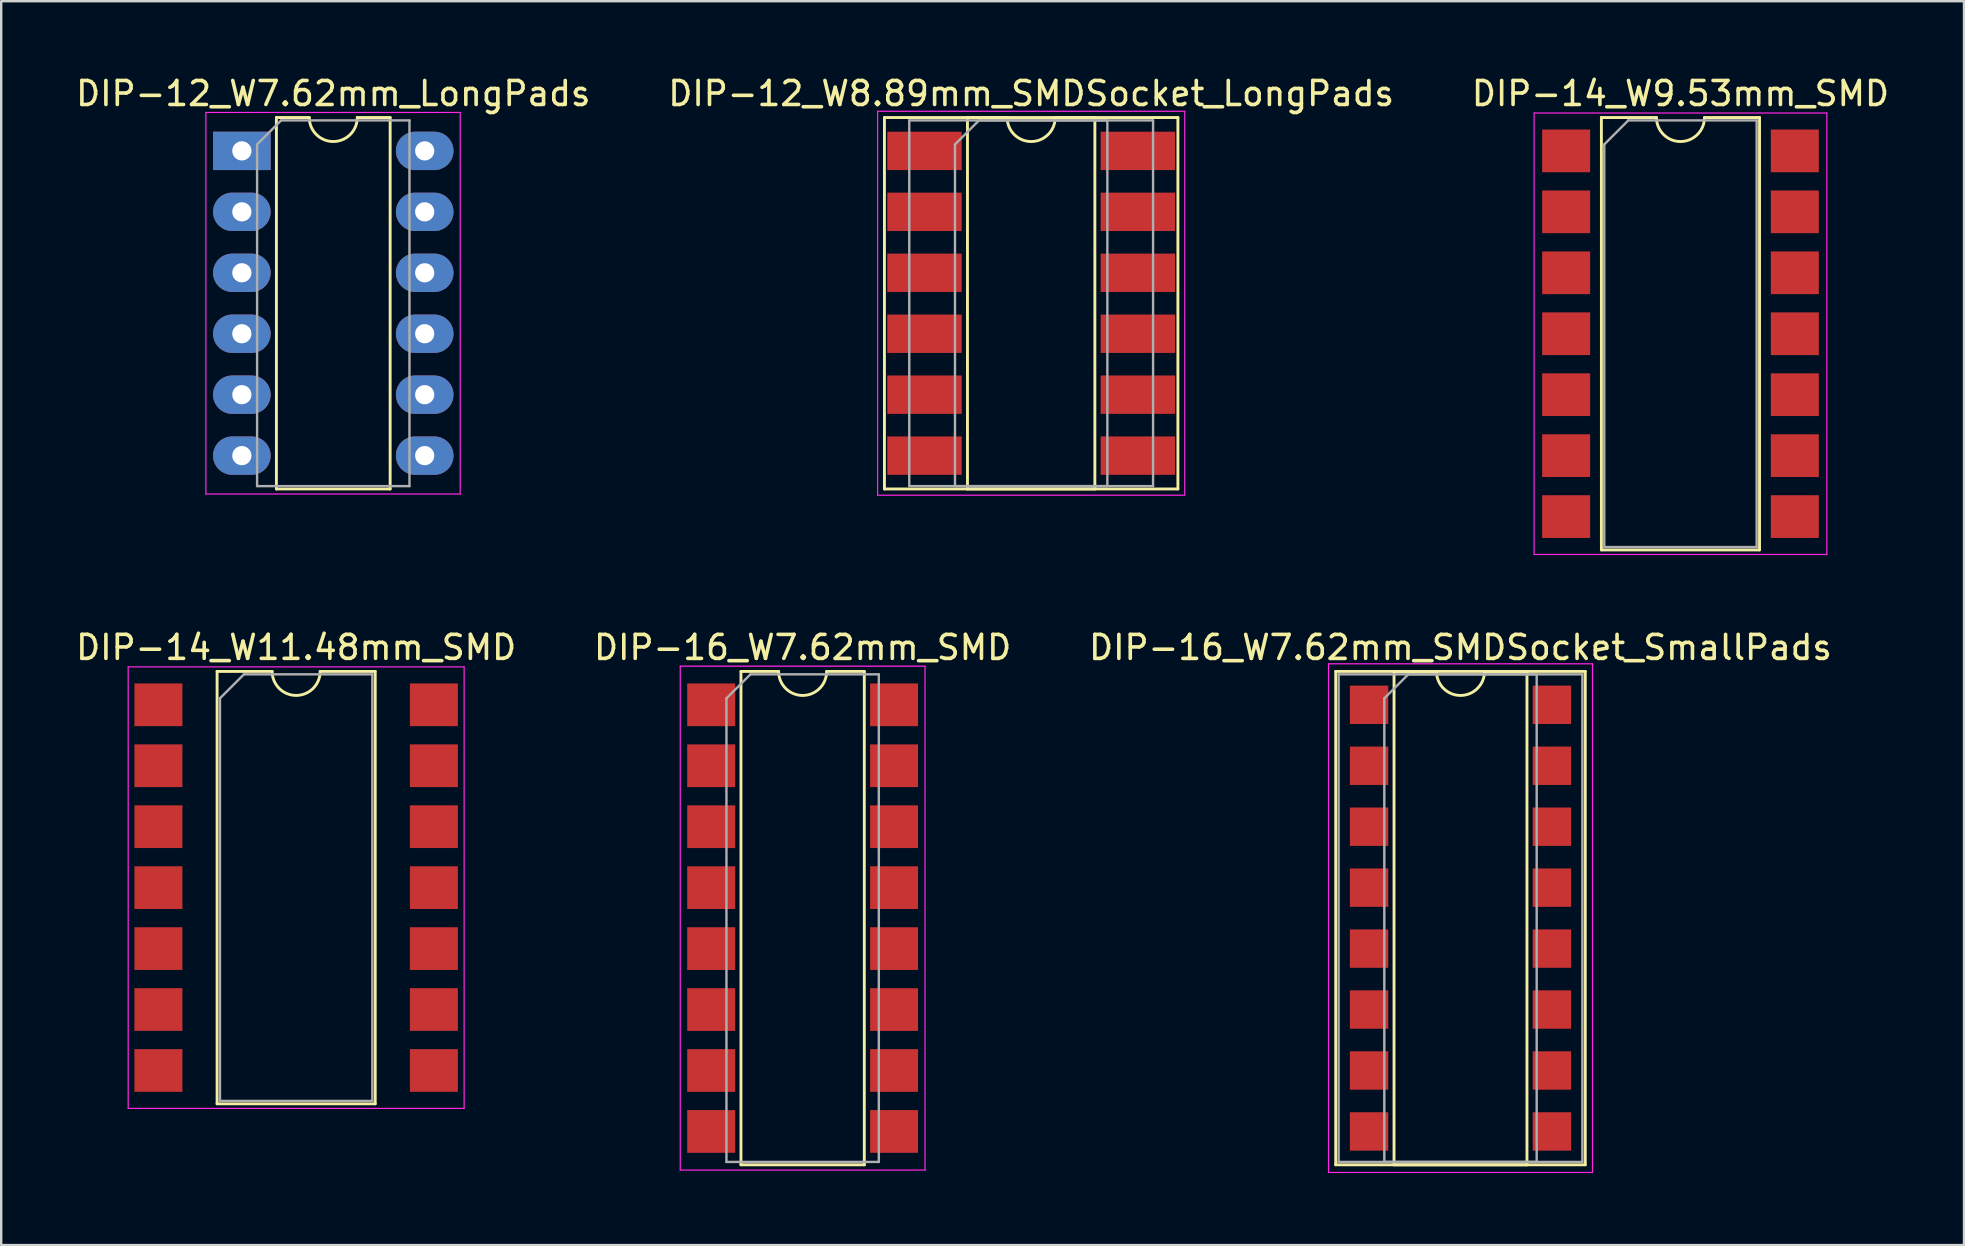
<source format=kicad_pcb>
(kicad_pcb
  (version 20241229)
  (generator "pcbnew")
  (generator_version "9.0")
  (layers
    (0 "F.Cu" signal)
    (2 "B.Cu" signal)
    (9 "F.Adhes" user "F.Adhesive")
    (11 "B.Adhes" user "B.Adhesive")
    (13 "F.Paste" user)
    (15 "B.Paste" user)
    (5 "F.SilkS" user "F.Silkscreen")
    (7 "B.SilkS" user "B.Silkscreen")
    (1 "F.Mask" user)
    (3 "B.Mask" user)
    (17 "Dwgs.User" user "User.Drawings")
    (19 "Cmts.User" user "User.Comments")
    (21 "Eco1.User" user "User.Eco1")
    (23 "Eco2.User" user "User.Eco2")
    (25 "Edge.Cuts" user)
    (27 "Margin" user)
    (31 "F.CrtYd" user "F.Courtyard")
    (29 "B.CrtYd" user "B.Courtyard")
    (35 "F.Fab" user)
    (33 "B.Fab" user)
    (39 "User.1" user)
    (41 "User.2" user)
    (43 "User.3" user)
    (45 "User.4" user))
  (footprint "DIP-12_W8.89mm_SMDSocket_LongPads"
    (layer "F.Cu")
    (at 39.923 9.588)
    (property "Reference" "DIP-12_W8.89mm_SMDSocket_LongPads" (at 0 -8.74 0) (layer "F.SilkS") (effects (font (size 1 1) (thickness 0.15))))
    (attr smd)
    (fp_line (start -6.115 -7.74) (end -6.115 7.74) (stroke (width 0.12) (type solid)) (layer "F.SilkS"))
    (fp_line (start -6.115 7.74) (end 6.115 7.74) (stroke (width 0.12) (type solid)) (layer "F.SilkS"))
    (fp_line (start -2.655 -7.74) (end -2.655 7.74) (stroke (width 0.12) (type solid)) (layer "F.SilkS"))
    (fp_line (start -2.655 7.74) (end 2.655 7.74) (stroke (width 0.12) (type solid)) (layer "F.SilkS"))
    (fp_line (start -1 -7.74) (end -2.655 -7.74) (stroke (width 0.12) (type solid)) (layer "F.SilkS"))
    (fp_line (start 2.655 -7.74) (end 1 -7.74) (stroke (width 0.12) (type solid)) (layer "F.SilkS"))
    (fp_line (start 2.655 7.74) (end 2.655 -7.74) (stroke (width 0.12) (type solid)) (layer "F.SilkS"))
    (fp_line (start 6.115 -7.74) (end -6.115 -7.74) (stroke (width 0.12) (type solid)) (layer "F.SilkS"))
    (fp_line (start 6.115 7.74) (end 6.115 -7.74) (stroke (width 0.12) (type solid)) (layer "F.SilkS"))
    (fp_arc (start 1 -7.74) (mid 0 -6.74) (end -1 -7.74) (stroke (width 0.12) (type solid)) (layer "F.SilkS"))
    (fp_line (start -6.4 -8) (end -6.4 8) (stroke (width 0.05) (type solid)) (layer "F.CrtYd"))
    (fp_line (start -6.4 8) (end 6.4 8) (stroke (width 0.05) (type solid)) (layer "F.CrtYd"))
    (fp_line (start 6.4 -8) (end -6.4 -8) (stroke (width 0.05) (type solid)) (layer "F.CrtYd"))
    (fp_line (start 6.4 8) (end 6.4 -8) (stroke (width 0.05) (type solid)) (layer "F.CrtYd"))
    (fp_line (start -5.08 -7.62) (end -5.08 7.62) (stroke (width 0.1) (type solid)) (layer "F.Fab"))
    (fp_line (start -5.08 7.62) (end 5.08 7.62) (stroke (width 0.1) (type solid)) (layer "F.Fab"))
    (fp_line (start -3.175 -6.62) (end -2.175 -7.62) (stroke (width 0.1) (type solid)) (layer "F.Fab"))
    (fp_line (start -3.175 7.62) (end -3.175 -6.62) (stroke (width 0.1) (type solid)) (layer "F.Fab"))
    (fp_line (start -2.175 -7.62) (end 3.175 -7.62) (stroke (width 0.1) (type solid)) (layer "F.Fab"))
    (fp_line (start 3.175 -7.62) (end 3.175 7.62) (stroke (width 0.1) (type solid)) (layer "F.Fab"))
    (fp_line (start 3.175 7.62) (end -3.175 7.62) (stroke (width 0.1) (type solid)) (layer "F.Fab"))
    (fp_line (start 5.08 -7.62) (end -5.08 -7.62) (stroke (width 0.1) (type solid)) (layer "F.Fab"))
    (fp_line (start 5.08 7.62) (end 5.08 -7.62) (stroke (width 0.1) (type solid)) (layer "F.Fab"))
    (pad "1" smd rect (at -4.445 -6.35) (size 3.1 1.6) (layers "F.Cu" "F.Mask"))
    (pad "2" smd rect (at -4.445 -3.81) (size 3.1 1.6) (layers "F.Cu" "F.Mask"))
    (pad "3" smd rect (at -4.445 -1.27) (size 3.1 1.6) (layers "F.Cu" "F.Mask"))
    (pad "4" smd rect (at -4.445 1.27) (size 3.1 1.6) (layers "F.Cu" "F.Mask"))
    (pad "5" smd rect (at -4.445 3.81) (size 3.1 1.6) (layers "F.Cu" "F.Mask"))
    (pad "6" smd rect (at -4.445 6.35) (size 3.1 1.6) (layers "F.Cu" "F.Mask"))
    (pad "7" smd rect (at 4.445 6.35) (size 3.1 1.6) (layers "F.Cu" "F.Mask"))
    (pad "8" smd rect (at 4.445 3.81) (size 3.1 1.6) (layers "F.Cu" "F.Mask"))
    (pad "9" smd rect (at 4.445 1.27) (size 3.1 1.6) (layers "F.Cu" "F.Mask"))
    (pad "10" smd rect (at 4.445 -1.27) (size 3.1 1.6) (layers "F.Cu" "F.Mask"))
    (pad "11" smd rect (at 4.445 -3.81) (size 3.1 1.6) (layers "F.Cu" "F.Mask"))
    (pad "12" smd rect (at 4.445 -6.35) (size 3.1 1.6) (layers "F.Cu" "F.Mask")))
  (footprint "DIP-14_W11.48mm_SMD"
    (layer "F.Cu")
    (at 9.292 33.941)
    (property "Reference" "DIP-14_W11.48mm_SMD" (at 0 -10.01 0) (layer "F.SilkS") (effects (font (size 1 1) (thickness 0.15))))
    (attr smd)
    (fp_line (start -3.295 -9.01) (end -3.295 9.01) (stroke (width 0.12) (type solid)) (layer "F.SilkS"))
    (fp_line (start -3.295 9.01) (end 3.295 9.01) (stroke (width 0.12) (type solid)) (layer "F.SilkS"))
    (fp_line (start -1 -9.01) (end -3.295 -9.01) (stroke (width 0.12) (type solid)) (layer "F.SilkS"))
    (fp_line (start 3.295 -9.01) (end 1 -9.01) (stroke (width 0.12) (type solid)) (layer "F.SilkS"))
    (fp_line (start 3.295 9.01) (end 3.295 -9.01) (stroke (width 0.12) (type solid)) (layer "F.SilkS"))
    (fp_arc (start 1 -9.01) (mid 0 -8.01) (end -1 -9.01) (stroke (width 0.12) (type solid)) (layer "F.SilkS"))
    (fp_line (start -7 -9.2) (end -7 9.2) (stroke (width 0.05) (type solid)) (layer "F.CrtYd"))
    (fp_line (start -7 9.2) (end 7 9.2) (stroke (width 0.05) (type solid)) (layer "F.CrtYd"))
    (fp_line (start 7 -9.2) (end -7 -9.2) (stroke (width 0.05) (type solid)) (layer "F.CrtYd"))
    (fp_line (start 7 9.2) (end 7 -9.2) (stroke (width 0.05) (type solid)) (layer "F.CrtYd"))
    (fp_line (start -3.175 -7.89) (end -2.175 -8.89) (stroke (width 0.1) (type solid)) (layer "F.Fab"))
    (fp_line (start -3.175 8.89) (end -3.175 -7.89) (stroke (width 0.1) (type solid)) (layer "F.Fab"))
    (fp_line (start -2.175 -8.89) (end 3.175 -8.89) (stroke (width 0.1) (type solid)) (layer "F.Fab"))
    (fp_line (start 3.175 -8.89) (end 3.175 8.89) (stroke (width 0.1) (type solid)) (layer "F.Fab"))
    (fp_line (start 3.175 8.89) (end -3.175 8.89) (stroke (width 0.1) (type solid)) (layer "F.Fab"))
    (pad "1" smd rect (at -5.74 -7.62) (size 2 1.78) (layers "F.Cu" "F.Mask"))
    (pad "2" smd rect (at -5.74 -5.08) (size 2 1.78) (layers "F.Cu" "F.Mask"))
    (pad "3" smd rect (at -5.74 -2.54) (size 2 1.78) (layers "F.Cu" "F.Mask"))
    (pad "4" smd rect (at -5.74 0) (size 2 1.78) (layers "F.Cu" "F.Mask"))
    (pad "5" smd rect (at -5.74 2.54) (size 2 1.78) (layers "F.Cu" "F.Mask"))
    (pad "6" smd rect (at -5.74 5.08) (size 2 1.78) (layers "F.Cu" "F.Mask"))
    (pad "7" smd rect (at -5.74 7.62) (size 2 1.78) (layers "F.Cu" "F.Mask"))
    (pad "8" smd rect (at 5.74 7.62) (size 2 1.78) (layers "F.Cu" "F.Mask"))
    (pad "9" smd rect (at 5.74 5.08) (size 2 1.78) (layers "F.Cu" "F.Mask"))
    (pad "10" smd rect (at 5.74 2.54) (size 2 1.78) (layers "F.Cu" "F.Mask"))
    (pad "11" smd rect (at 5.74 0) (size 2 1.78) (layers "F.Cu" "F.Mask"))
    (pad "12" smd rect (at 5.74 -2.54) (size 2 1.78) (layers "F.Cu" "F.Mask"))
    (pad "13" smd rect (at 5.74 -5.08) (size 2 1.78) (layers "F.Cu" "F.Mask"))
    (pad "14" smd rect (at 5.74 -7.62) (size 2 1.78) (layers "F.Cu" "F.Mask")))
  (footprint "DIP-14_W9.53mm_SMD"
    (layer "F.Cu")
    (at 66.982 10.858)
    (property "Reference" "DIP-14_W9.53mm_SMD" (at 0 -10.01 0) (layer "F.SilkS") (effects (font (size 1 1) (thickness 0.15))))
    (attr smd)
    (fp_line (start -3.295 -9.01) (end -3.295 9.01) (stroke (width 0.12) (type solid)) (layer "F.SilkS"))
    (fp_line (start -3.295 9.01) (end 3.295 9.01) (stroke (width 0.12) (type solid)) (layer "F.SilkS"))
    (fp_line (start -1 -9.01) (end -3.295 -9.01) (stroke (width 0.12) (type solid)) (layer "F.SilkS"))
    (fp_line (start 3.295 -9.01) (end 1 -9.01) (stroke (width 0.12) (type solid)) (layer "F.SilkS"))
    (fp_line (start 3.295 9.01) (end 3.295 -9.01) (stroke (width 0.12) (type solid)) (layer "F.SilkS"))
    (fp_arc (start 1 -9.01) (mid 0 -8.01) (end -1 -9.01) (stroke (width 0.12) (type solid)) (layer "F.SilkS"))
    (fp_line (start -6.1 -9.2) (end -6.1 9.2) (stroke (width 0.05) (type solid)) (layer "F.CrtYd"))
    (fp_line (start -6.1 9.2) (end 6.1 9.2) (stroke (width 0.05) (type solid)) (layer "F.CrtYd"))
    (fp_line (start 6.1 -9.2) (end -6.1 -9.2) (stroke (width 0.05) (type solid)) (layer "F.CrtYd"))
    (fp_line (start 6.1 9.2) (end 6.1 -9.2) (stroke (width 0.05) (type solid)) (layer "F.CrtYd"))
    (fp_line (start -3.175 -7.89) (end -2.175 -8.89) (stroke (width 0.1) (type solid)) (layer "F.Fab"))
    (fp_line (start -3.175 8.89) (end -3.175 -7.89) (stroke (width 0.1) (type solid)) (layer "F.Fab"))
    (fp_line (start -2.175 -8.89) (end 3.175 -8.89) (stroke (width 0.1) (type solid)) (layer "F.Fab"))
    (fp_line (start 3.175 -8.89) (end 3.175 8.89) (stroke (width 0.1) (type solid)) (layer "F.Fab"))
    (fp_line (start 3.175 8.89) (end -3.175 8.89) (stroke (width 0.1) (type solid)) (layer "F.Fab"))
    (pad "1" smd rect (at -4.765 -7.62) (size 2 1.78) (layers "F.Cu" "F.Mask"))
    (pad "2" smd rect (at -4.765 -5.08) (size 2 1.78) (layers "F.Cu" "F.Mask"))
    (pad "3" smd rect (at -4.765 -2.54) (size 2 1.78) (layers "F.Cu" "F.Mask"))
    (pad "4" smd rect (at -4.765 0) (size 2 1.78) (layers "F.Cu" "F.Mask"))
    (pad "5" smd rect (at -4.765 2.54) (size 2 1.78) (layers "F.Cu" "F.Mask"))
    (pad "6" smd rect (at -4.765 5.08) (size 2 1.78) (layers "F.Cu" "F.Mask"))
    (pad "7" smd rect (at -4.765 7.62) (size 2 1.78) (layers "F.Cu" "F.Mask"))
    (pad "8" smd rect (at 4.765 7.62) (size 2 1.78) (layers "F.Cu" "F.Mask"))
    (pad "9" smd rect (at 4.765 5.08) (size 2 1.78) (layers "F.Cu" "F.Mask"))
    (pad "10" smd rect (at 4.765 2.54) (size 2 1.78) (layers "F.Cu" "F.Mask"))
    (pad "11" smd rect (at 4.765 0) (size 2 1.78) (layers "F.Cu" "F.Mask"))
    (pad "12" smd rect (at 4.765 -2.54) (size 2 1.78) (layers "F.Cu" "F.Mask"))
    (pad "13" smd rect (at 4.765 -5.08) (size 2 1.78) (layers "F.Cu" "F.Mask"))
    (pad "14" smd rect (at 4.765 -7.62) (size 2 1.78) (layers "F.Cu" "F.Mask")))
  (footprint "DIP-12_W7.62mm_LongPads"
    (layer "F.Cu")
    (at 7.029 3.238)
    (property "Reference" "DIP-12_W7.62mm_LongPads" (at 3.81 -2.39 0) (layer "F.SilkS") (effects (font (size 1 1) (thickness 0.15))))
    (attr through_hole)
    (fp_line (start 1.44 -1.39) (end 1.44 14.09) (stroke (width 0.12) (type solid)) (layer "F.SilkS"))
    (fp_line (start 1.44 14.09) (end 6.18 14.09) (stroke (width 0.12) (type solid)) (layer "F.SilkS"))
    (fp_line (start 2.81 -1.39) (end 1.44 -1.39) (stroke (width 0.12) (type solid)) (layer "F.SilkS"))
    (fp_line (start 6.18 -1.39) (end 4.81 -1.39) (stroke (width 0.12) (type solid)) (layer "F.SilkS"))
    (fp_line (start 6.18 14.09) (end 6.18 -1.39) (stroke (width 0.12) (type solid)) (layer "F.SilkS"))
    (fp_arc (start 4.81 -1.39) (mid 3.81 -0.39) (end 2.81 -1.39) (stroke (width 0.12) (type solid)) (layer "F.SilkS"))
    (fp_line (start -1.5 -1.6) (end -1.5 14.3) (stroke (width 0.05) (type solid)) (layer "F.CrtYd"))
    (fp_line (start -1.5 14.3) (end 9.1 14.3) (stroke (width 0.05) (type solid)) (layer "F.CrtYd"))
    (fp_line (start 9.1 -1.6) (end -1.5 -1.6) (stroke (width 0.05) (type solid)) (layer "F.CrtYd"))
    (fp_line (start 9.1 14.3) (end 9.1 -1.6) (stroke (width 0.05) (type solid)) (layer "F.CrtYd"))
    (fp_line (start 0.635 -0.27) (end 1.635 -1.27) (stroke (width 0.1) (type solid)) (layer "F.Fab"))
    (fp_line (start 0.635 13.97) (end 0.635 -0.27) (stroke (width 0.1) (type solid)) (layer "F.Fab"))
    (fp_line (start 1.635 -1.27) (end 6.985 -1.27) (stroke (width 0.1) (type solid)) (layer "F.Fab"))
    (fp_line (start 6.985 -1.27) (end 6.985 13.97) (stroke (width 0.1) (type solid)) (layer "F.Fab"))
    (fp_line (start 6.985 13.97) (end 0.635 13.97) (stroke (width 0.1) (type solid)) (layer "F.Fab"))
    (pad "1" thru_hole rect (at 0 0) (size 2.4 1.6) (drill 0.8) (layers "*.Cu" "*.Mask"))
    (pad "2" thru_hole oval (at 0 2.54) (size 2.4 1.6) (drill 0.8) (layers "*.Cu" "*.Mask"))
    (pad "3" thru_hole oval (at 0 5.08) (size 2.4 1.6) (drill 0.8) (layers "*.Cu" "*.Mask"))
    (pad "4" thru_hole oval (at 0 7.62) (size 2.4 1.6) (drill 0.8) (layers "*.Cu" "*.Mask"))
    (pad "5" thru_hole oval (at 0 10.16) (size 2.4 1.6) (drill 0.8) (layers "*.Cu" "*.Mask"))
    (pad "6" thru_hole oval (at 0 12.7) (size 2.4 1.6) (drill 0.8) (layers "*.Cu" "*.Mask"))
    (pad "7" thru_hole oval (at 7.62 12.7) (size 2.4 1.6) (drill 0.8) (layers "*.Cu" "*.Mask"))
    (pad "8" thru_hole oval (at 7.62 10.16) (size 2.4 1.6) (drill 0.8) (layers "*.Cu" "*.Mask"))
    (pad "9" thru_hole oval (at 7.62 7.62) (size 2.4 1.6) (drill 0.8) (layers "*.Cu" "*.Mask"))
    (pad "10" thru_hole oval (at 7.62 5.08) (size 2.4 1.6) (drill 0.8) (layers "*.Cu" "*.Mask"))
    (pad "11" thru_hole oval (at 7.62 2.54) (size 2.4 1.6) (drill 0.8) (layers "*.Cu" "*.Mask"))
    (pad "12" thru_hole oval (at 7.62 0) (size 2.4 1.6) (drill 0.8) (layers "*.Cu" "*.Mask")))
  (footprint "DIP-16_W7.62mm_SMDSocket_SmallPads"
    (layer "F.Cu")
    (at 57.815 35.212)
    (property "Reference" "DIP-16_W7.62mm_SMDSocket_SmallPads" (at 0 -11.28 0) (layer "F.SilkS") (effects (font (size 1 1) (thickness 0.15))))
    (attr smd)
    (fp_line (start -5.2 -10.28) (end -5.2 10.28) (stroke (width 0.12) (type solid)) (layer "F.SilkS"))
    (fp_line (start -5.2 10.28) (end 5.2 10.28) (stroke (width 0.12) (type solid)) (layer "F.SilkS"))
    (fp_line (start -2.77 -10.28) (end -2.77 10.28) (stroke (width 0.12) (type solid)) (layer "F.SilkS"))
    (fp_line (start -2.77 10.28) (end 2.77 10.28) (stroke (width 0.12) (type solid)) (layer "F.SilkS"))
    (fp_line (start -1 -10.28) (end -2.77 -10.28) (stroke (width 0.12) (type solid)) (layer "F.SilkS"))
    (fp_line (start 2.77 -10.28) (end 1 -10.28) (stroke (width 0.12) (type solid)) (layer "F.SilkS"))
    (fp_line (start 2.77 10.28) (end 2.77 -10.28) (stroke (width 0.12) (type solid)) (layer "F.SilkS"))
    (fp_line (start 5.2 -10.28) (end -5.2 -10.28) (stroke (width 0.12) (type solid)) (layer "F.SilkS"))
    (fp_line (start 5.2 10.28) (end 5.2 -10.28) (stroke (width 0.12) (type solid)) (layer "F.SilkS"))
    (fp_arc (start 1 -10.28) (mid 0 -9.28) (end -1 -10.28) (stroke (width 0.12) (type solid)) (layer "F.SilkS"))
    (fp_line (start -5.5 -10.6) (end -5.5 10.6) (stroke (width 0.05) (type solid)) (layer "F.CrtYd"))
    (fp_line (start -5.5 10.6) (end 5.5 10.6) (stroke (width 0.05) (type solid)) (layer "F.CrtYd"))
    (fp_line (start 5.5 -10.6) (end -5.5 -10.6) (stroke (width 0.05) (type solid)) (layer "F.CrtYd"))
    (fp_line (start 5.5 10.6) (end 5.5 -10.6) (stroke (width 0.05) (type solid)) (layer "F.CrtYd"))
    (fp_line (start -5.08 -10.16) (end -5.08 10.16) (stroke (width 0.1) (type solid)) (layer "F.Fab"))
    (fp_line (start -5.08 10.16) (end 5.08 10.16) (stroke (width 0.1) (type solid)) (layer "F.Fab"))
    (fp_line (start -3.175 -9.16) (end -2.175 -10.16) (stroke (width 0.1) (type solid)) (layer "F.Fab"))
    (fp_line (start -3.175 10.16) (end -3.175 -9.16) (stroke (width 0.1) (type solid)) (layer "F.Fab"))
    (fp_line (start -2.175 -10.16) (end 3.175 -10.16) (stroke (width 0.1) (type solid)) (layer "F.Fab"))
    (fp_line (start 3.175 -10.16) (end 3.175 10.16) (stroke (width 0.1) (type solid)) (layer "F.Fab"))
    (fp_line (start 3.175 10.16) (end -3.175 10.16) (stroke (width 0.1) (type solid)) (layer "F.Fab"))
    (fp_line (start 5.08 -10.16) (end -5.08 -10.16) (stroke (width 0.1) (type solid)) (layer "F.Fab"))
    (fp_line (start 5.08 10.16) (end 5.08 -10.16) (stroke (width 0.1) (type solid)) (layer "F.Fab"))
    (pad "1" smd rect (at -3.81 -8.89) (size 1.6 1.6) (layers "F.Cu" "F.Mask"))
    (pad "2" smd rect (at -3.81 -6.35) (size 1.6 1.6) (layers "F.Cu" "F.Mask"))
    (pad "3" smd rect (at -3.81 -3.81) (size 1.6 1.6) (layers "F.Cu" "F.Mask"))
    (pad "4" smd rect (at -3.81 -1.27) (size 1.6 1.6) (layers "F.Cu" "F.Mask"))
    (pad "5" smd rect (at -3.81 1.27) (size 1.6 1.6) (layers "F.Cu" "F.Mask"))
    (pad "6" smd rect (at -3.81 3.81) (size 1.6 1.6) (layers "F.Cu" "F.Mask"))
    (pad "7" smd rect (at -3.81 6.35) (size 1.6 1.6) (layers "F.Cu" "F.Mask"))
    (pad "8" smd rect (at -3.81 8.89) (size 1.6 1.6) (layers "F.Cu" "F.Mask"))
    (pad "9" smd rect (at 3.81 8.89) (size 1.6 1.6) (layers "F.Cu" "F.Mask"))
    (pad "10" smd rect (at 3.81 6.35) (size 1.6 1.6) (layers "F.Cu" "F.Mask"))
    (pad "11" smd rect (at 3.81 3.81) (size 1.6 1.6) (layers "F.Cu" "F.Mask"))
    (pad "12" smd rect (at 3.81 1.27) (size 1.6 1.6) (layers "F.Cu" "F.Mask"))
    (pad "13" smd rect (at 3.81 -1.27) (size 1.6 1.6) (layers "F.Cu" "F.Mask"))
    (pad "14" smd rect (at 3.81 -3.81) (size 1.6 1.6) (layers "F.Cu" "F.Mask"))
    (pad "15" smd rect (at 3.81 -6.35) (size 1.6 1.6) (layers "F.Cu" "F.Mask"))
    (pad "16" smd rect (at 3.81 -8.89) (size 1.6 1.6) (layers "F.Cu" "F.Mask")))
  (footprint "DIP-16_W7.62mm_SMD"
    (layer "F.Cu")
    (at 30.399 35.212)
    (property "Reference" "DIP-16_W7.62mm_SMD" (at 0 -11.28 0) (layer "F.SilkS") (effects (font (size 1 1) (thickness 0.15))))
    (attr smd)
    (fp_line (start -2.57 -10.28) (end -2.57 10.28) (stroke (width 0.12) (type solid)) (layer "F.SilkS"))
    (fp_line (start -2.57 10.28) (end 2.57 10.28) (stroke (width 0.12) (type solid)) (layer "F.SilkS"))
    (fp_line (start -1 -10.28) (end -2.57 -10.28) (stroke (width 0.12) (type solid)) (layer "F.SilkS"))
    (fp_line (start 2.57 -10.28) (end 1 -10.28) (stroke (width 0.12) (type solid)) (layer "F.SilkS"))
    (fp_line (start 2.57 10.28) (end 2.57 -10.28) (stroke (width 0.12) (type solid)) (layer "F.SilkS"))
    (fp_arc (start 1 -10.28) (mid 0 -9.28) (end -1 -10.28) (stroke (width 0.12) (type solid)) (layer "F.SilkS"))
    (fp_line (start -5.1 -10.5) (end -5.1 10.5) (stroke (width 0.05) (type solid)) (layer "F.CrtYd"))
    (fp_line (start -5.1 10.5) (end 5.1 10.5) (stroke (width 0.05) (type solid)) (layer "F.CrtYd"))
    (fp_line (start 5.1 -10.5) (end -5.1 -10.5) (stroke (width 0.05) (type solid)) (layer "F.CrtYd"))
    (fp_line (start 5.1 10.5) (end 5.1 -10.5) (stroke (width 0.05) (type solid)) (layer "F.CrtYd"))
    (fp_line (start -3.175 -9.16) (end -2.175 -10.16) (stroke (width 0.1) (type solid)) (layer "F.Fab"))
    (fp_line (start -3.175 10.16) (end -3.175 -9.16) (stroke (width 0.1) (type solid)) (layer "F.Fab"))
    (fp_line (start -2.175 -10.16) (end 3.175 -10.16) (stroke (width 0.1) (type solid)) (layer "F.Fab"))
    (fp_line (start 3.175 -10.16) (end 3.175 10.16) (stroke (width 0.1) (type solid)) (layer "F.Fab"))
    (fp_line (start 3.175 10.16) (end -3.175 10.16) (stroke (width 0.1) (type solid)) (layer "F.Fab"))
    (pad "1" smd rect (at -3.81 -8.89) (size 2 1.78) (layers "F.Cu" "F.Mask"))
    (pad "2" smd rect (at -3.81 -6.35) (size 2 1.78) (layers "F.Cu" "F.Mask"))
    (pad "3" smd rect (at -3.81 -3.81) (size 2 1.78) (layers "F.Cu" "F.Mask"))
    (pad "4" smd rect (at -3.81 -1.27) (size 2 1.78) (layers "F.Cu" "F.Mask"))
    (pad "5" smd rect (at -3.81 1.27) (size 2 1.78) (layers "F.Cu" "F.Mask"))
    (pad "6" smd rect (at -3.81 3.81) (size 2 1.78) (layers "F.Cu" "F.Mask"))
    (pad "7" smd rect (at -3.81 6.35) (size 2 1.78) (layers "F.Cu" "F.Mask"))
    (pad "8" smd rect (at -3.81 8.89) (size 2 1.78) (layers "F.Cu" "F.Mask"))
    (pad "9" smd rect (at 3.81 8.89) (size 2 1.78) (layers "F.Cu" "F.Mask"))
    (pad "10" smd rect (at 3.81 6.35) (size 2 1.78) (layers "F.Cu" "F.Mask"))
    (pad "11" smd rect (at 3.81 3.81) (size 2 1.78) (layers "F.Cu" "F.Mask"))
    (pad "12" smd rect (at 3.81 1.27) (size 2 1.78) (layers "F.Cu" "F.Mask"))
    (pad "13" smd rect (at 3.81 -1.27) (size 2 1.78) (layers "F.Cu" "F.Mask"))
    (pad "14" smd rect (at 3.81 -3.81) (size 2 1.78) (layers "F.Cu" "F.Mask"))
    (pad "15" smd rect (at 3.81 -6.35) (size 2 1.78) (layers "F.Cu" "F.Mask"))
    (pad "16" smd rect (at 3.81 -8.89) (size 2 1.78) (layers "F.Cu" "F.Mask")))
  (gr_rect
    (start -3 -3)
    (end 78.798 48.837)
    (stroke (width 0.1) (type default))
    (fill no)
    (layer "Edge.Cuts")))
</source>
